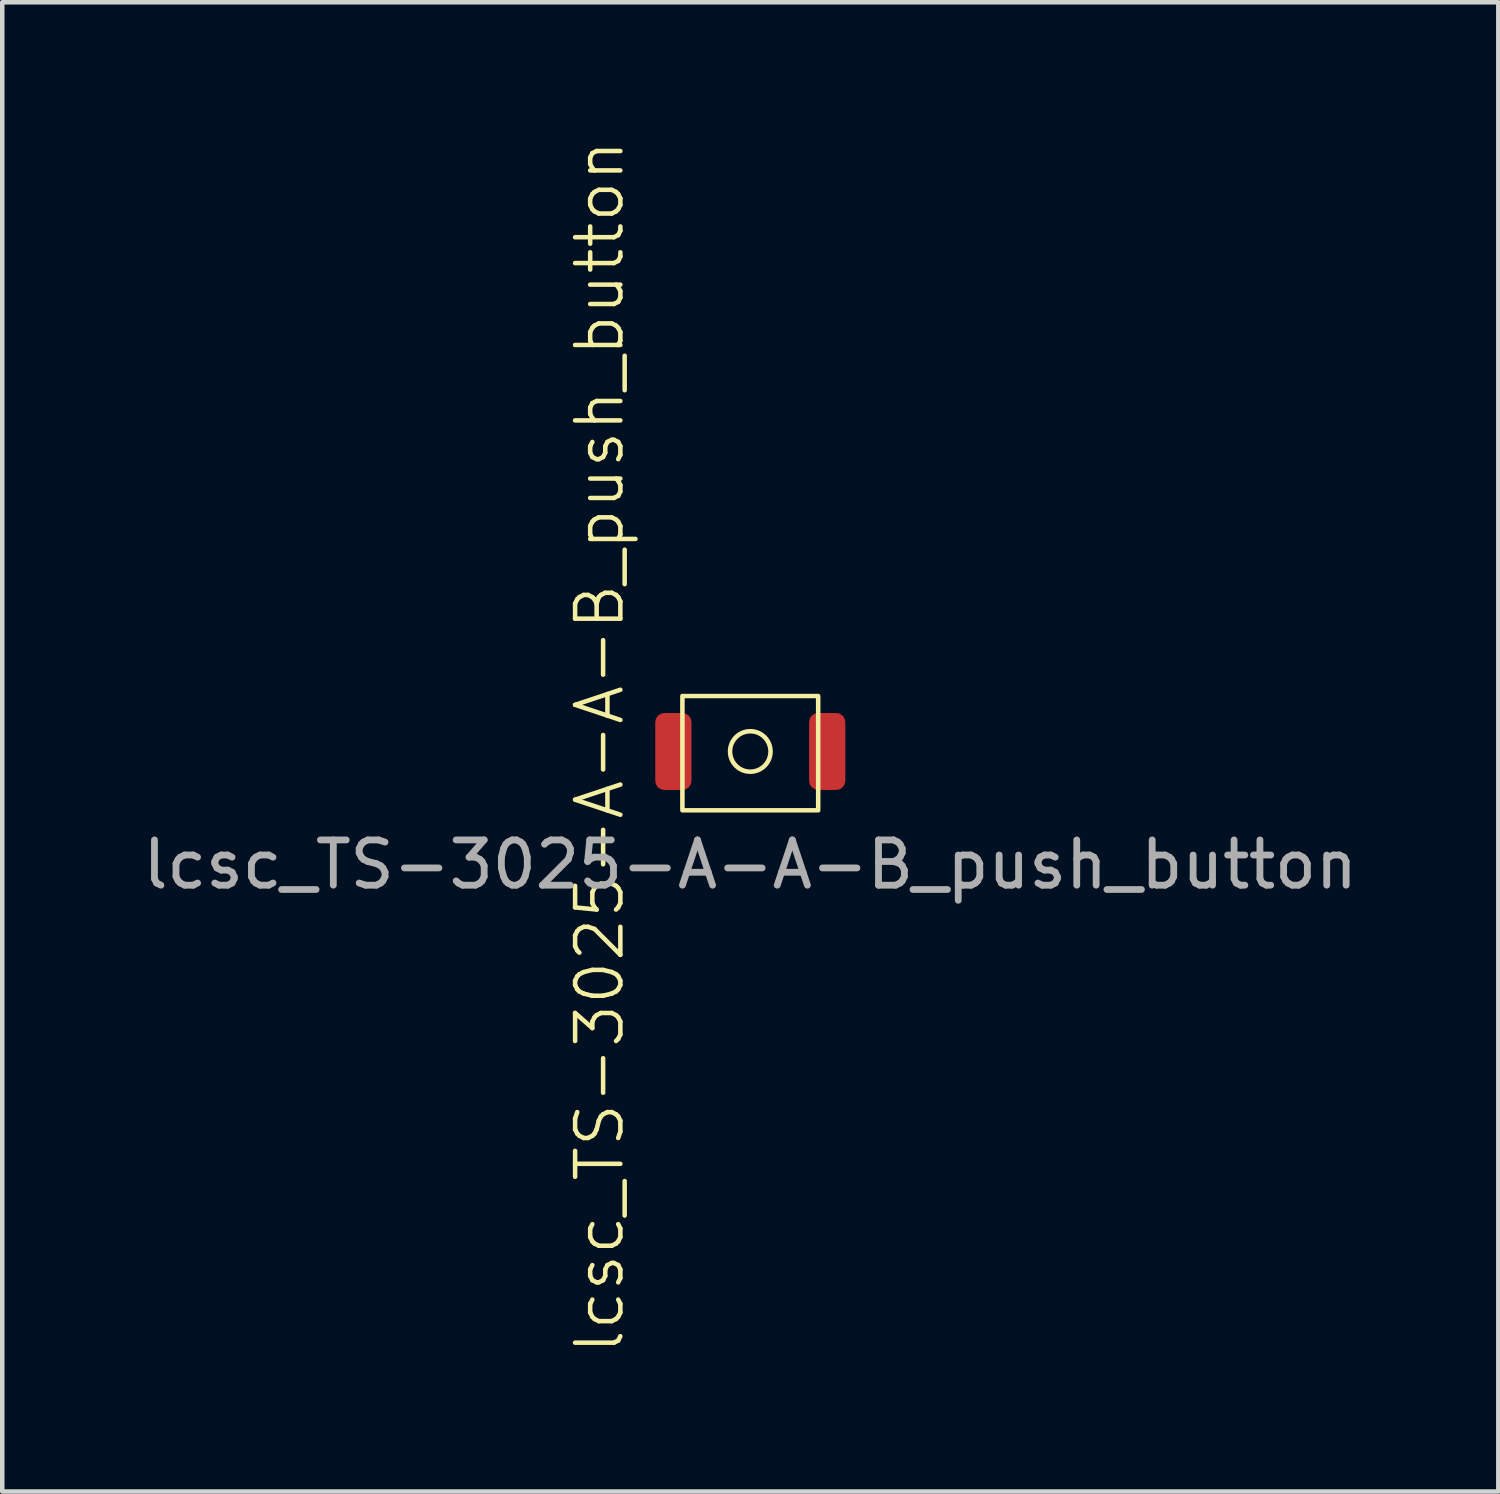
<source format=kicad_pcb>
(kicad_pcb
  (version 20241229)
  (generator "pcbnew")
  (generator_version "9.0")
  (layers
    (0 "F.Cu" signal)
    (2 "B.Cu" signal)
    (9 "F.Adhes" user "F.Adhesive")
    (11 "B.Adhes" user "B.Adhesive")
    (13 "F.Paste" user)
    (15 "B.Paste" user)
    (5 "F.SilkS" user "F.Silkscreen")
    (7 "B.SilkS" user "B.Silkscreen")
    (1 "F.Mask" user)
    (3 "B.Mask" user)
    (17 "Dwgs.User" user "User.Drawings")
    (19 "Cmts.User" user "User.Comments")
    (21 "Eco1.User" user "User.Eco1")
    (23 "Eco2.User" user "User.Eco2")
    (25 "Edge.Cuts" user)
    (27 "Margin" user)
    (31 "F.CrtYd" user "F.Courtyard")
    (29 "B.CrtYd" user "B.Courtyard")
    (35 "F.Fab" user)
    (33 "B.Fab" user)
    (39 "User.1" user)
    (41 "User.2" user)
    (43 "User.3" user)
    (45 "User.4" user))
  (footprint "lcsc_TS-3025-A-A-B_push_button"
    (layer "F.Cu")
    (at 13.53 13.556)
    (property "Reference" "lcsc_TS-3025-A-A-B_push_button" (at -3.329 -0.102 90) (unlocked yes) (layer "F.SilkS") (effects (font (size 1 1) (thickness 0.1))))
    (attr smd)
    (fp_rect (start -1.5 -1.225) (end 1.5 1.3) (stroke (width 0.1) (type default)) (fill no) (layer "F.SilkS"))
    (fp_circle (center 0 0) (end 0.4 -0.2) (stroke (width 0.1) (type default)) (fill no) (layer "F.SilkS"))
    (fp_text user "${REFERENCE}" (at 0 2.5 0) (unlocked yes) (layer "F.Fab") (effects (font (size 1 1) (thickness 0.15))))
    (pad "1" smd roundrect (at -1.7 0) (size 0.8 1.7) (layers "F.Cu" "F.Mask" "F.Paste") (roundrect_rratio 0.25))
    (pad "2" smd roundrect (at 1.7 0) (size 0.8 1.7) (layers "F.Cu" "F.Mask" "F.Paste") (roundrect_rratio 0.25)))
  (gr_rect
    (start -3 -3)
    (end 30.06 29.91)
    (stroke (width 0.1) (type default))
    (fill no)
    (layer "Edge.Cuts")))
</source>
